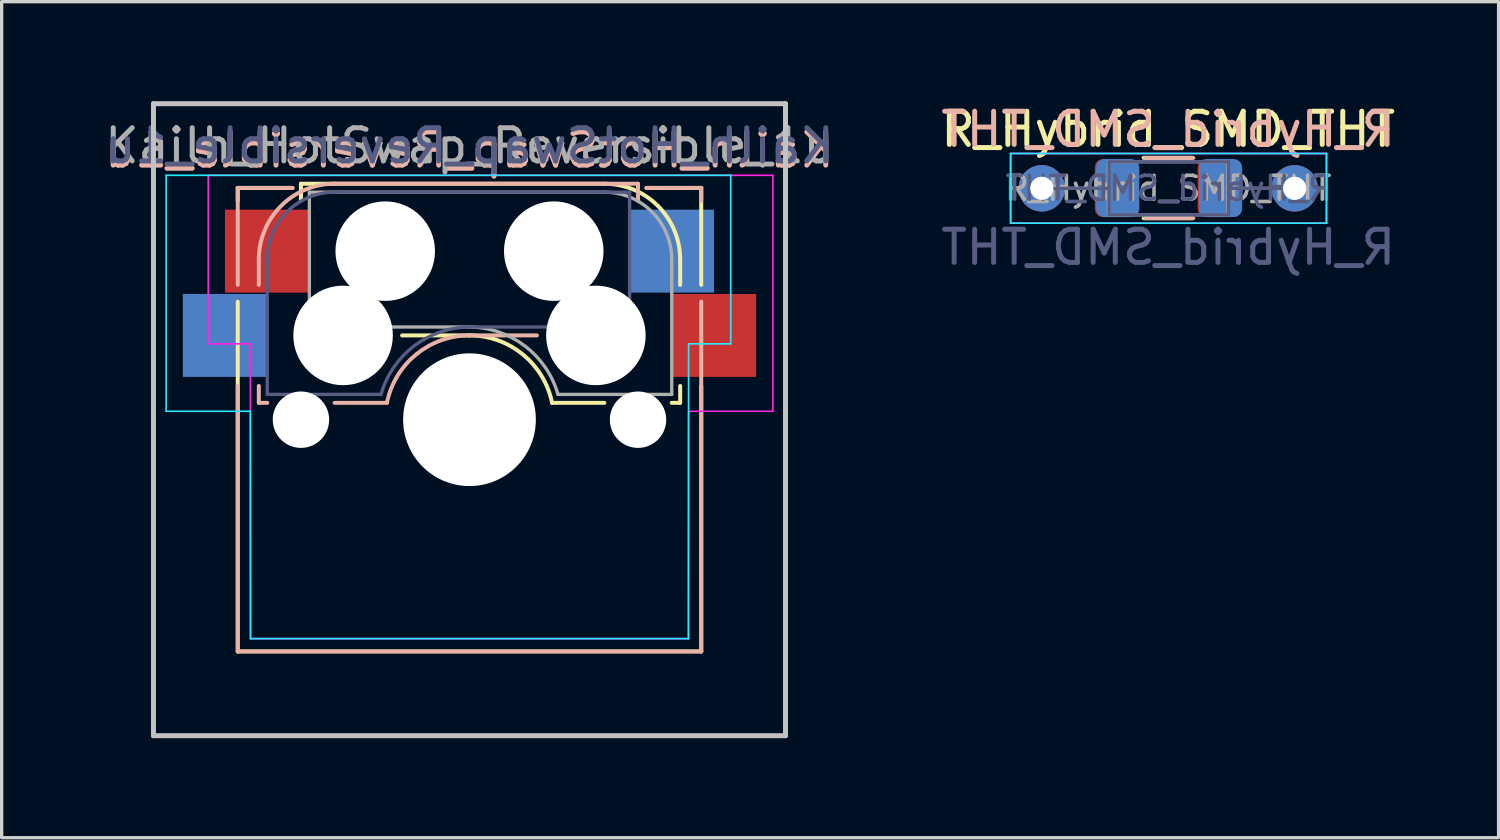
<source format=kicad_pcb>
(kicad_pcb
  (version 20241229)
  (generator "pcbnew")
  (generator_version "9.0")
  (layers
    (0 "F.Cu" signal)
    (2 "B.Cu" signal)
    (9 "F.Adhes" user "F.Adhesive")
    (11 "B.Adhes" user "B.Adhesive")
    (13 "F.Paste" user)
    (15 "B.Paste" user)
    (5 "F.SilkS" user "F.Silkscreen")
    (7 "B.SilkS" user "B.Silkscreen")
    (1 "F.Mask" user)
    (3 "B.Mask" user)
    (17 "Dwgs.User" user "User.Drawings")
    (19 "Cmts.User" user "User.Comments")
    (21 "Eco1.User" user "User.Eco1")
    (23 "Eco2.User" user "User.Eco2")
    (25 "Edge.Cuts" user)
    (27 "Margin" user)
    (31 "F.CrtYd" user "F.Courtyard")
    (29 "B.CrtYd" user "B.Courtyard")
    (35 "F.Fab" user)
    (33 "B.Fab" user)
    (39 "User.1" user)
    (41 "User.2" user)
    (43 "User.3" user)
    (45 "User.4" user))
  (footprint "Kailh_HotSwap_Reversible_1u"
    (layer "F.Cu")
    (at 11.101 9.6)
    (property "Reference" "Kailh_HotSwap_Reversible_1u" (at 0 -8.128 0) (unlocked yes) (layer "B.SilkS") (effects (font (size 1 1) (thickness 0.15)) (justify mirror)))
    (attr smd)
    (fp_line (start -6.985 -6.985) (end -6.985 -6.604) (stroke (width 0.12) (type solid)) (layer "F.SilkS"))
    (fp_line (start -6.985 -6.985) (end -5.334 -6.985) (stroke (width 0.12) (type solid)) (layer "F.SilkS"))
    (fp_line (start -6.985 6.985) (end -6.985 -3.556) (stroke (width 0.12) (type solid)) (layer "F.SilkS"))
    (fp_line (start -5.08 -7.112) (end 4.064 -7.112) (stroke (width 0.12) (type solid)) (layer "F.SilkS"))
    (fp_line (start -5.08 -6.604) (end -5.08 -7.112) (stroke (width 0.12) (type solid)) (layer "F.SilkS"))
    (fp_line (start 0 -2.54) (end -2.032 -2.54) (stroke (width 0.12) (type solid)) (layer "F.SilkS"))
    (fp_line (start 4.064 -0.508) (end 2.489 -0.508) (stroke (width 0.12) (type solid)) (layer "F.SilkS"))
    (fp_line (start 6.35 -4.826) (end 6.35 -4.064) (stroke (width 0.12) (type solid)) (layer "F.SilkS"))
    (fp_line (start 6.35 -1.016) (end 6.35 -0.508) (stroke (width 0.12) (type solid)) (layer "F.SilkS"))
    (fp_line (start 6.35 -0.508) (end 6.096 -0.508) (stroke (width 0.12) (type solid)) (layer "F.SilkS"))
    (fp_line (start 6.985 -6.985) (end 5.334 -6.985) (stroke (width 0.12) (type solid)) (layer "F.SilkS"))
    (fp_line (start 6.985 -6.985) (end 6.985 -4.064) (stroke (width 0.12) (type solid)) (layer "F.SilkS"))
    (fp_line (start 6.985 -1.016) (end 6.985 6.985) (stroke (width 0.12) (type solid)) (layer "F.SilkS"))
    (fp_line (start 6.985 6.985) (end -6.985 6.985) (stroke (width 0.12) (type solid)) (layer "F.SilkS"))
    (fp_arc (start 0 -2.540507) (mid 1.606798 -1.967836) (end 2.489199 -0.508) (stroke (width 0.12) (type solid)) (layer "F.SilkS"))
    (fp_arc (start 4.064 -7.112) (mid 5.680446 -6.442446) (end 6.35 -4.826) (stroke (width 0.12) (type solid)) (layer "F.SilkS"))
    (fp_line (start -6.985 -6.985) (end -6.985 -4.064) (stroke (width 0.12) (type solid)) (layer "B.SilkS"))
    (fp_line (start -6.985 -1.016) (end -6.985 6.985) (stroke (width 0.12) (type solid)) (layer "B.SilkS"))
    (fp_line (start -6.985 -6.985) (end -5.334 -6.985) (stroke (width 0.12) (type solid)) (layer "B.SilkS"))
    (fp_line (start -6.985 6.985) (end 6.985 6.985) (stroke (width 0.12) (type solid)) (layer "B.SilkS"))
    (fp_line (start -6.35 -4.826) (end -6.35 -4.064) (stroke (width 0.12) (type solid)) (layer "B.SilkS"))
    (fp_line (start -6.35 -1.016) (end -6.35 -0.508) (stroke (width 0.12) (type solid)) (layer "B.SilkS"))
    (fp_line (start -6.35 -0.508) (end -6.096 -0.508) (stroke (width 0.12) (type solid)) (layer "B.SilkS"))
    (fp_line (start -4.064 -0.508) (end -2.489 -0.508) (stroke (width 0.12) (type solid)) (layer "B.SilkS"))
    (fp_line (start 0.000001 -2.54) (end 2.032 -2.54) (stroke (width 0.12) (type solid)) (layer "B.SilkS"))
    (fp_line (start 5.08 -7.112) (end -4.064 -7.112) (stroke (width 0.12) (type solid)) (layer "B.SilkS"))
    (fp_line (start 5.08 -6.604) (end 5.08 -7.112) (stroke (width 0.12) (type solid)) (layer "B.SilkS"))
    (fp_line (start 6.985 -6.985) (end 6.985 -6.604) (stroke (width 0.12) (type solid)) (layer "B.SilkS"))
    (fp_line (start 6.985 6.985) (end 6.985 -3.556) (stroke (width 0.12) (type solid)) (layer "B.SilkS"))
    (fp_line (start 6.985 -6.985) (end 5.334 -6.985) (stroke (width 0.12) (type solid)) (layer "B.SilkS"))
    (fp_arc (start -6.349999 -4.825998) (mid -5.680446 -6.442445) (end -4.063999 -7.111998) (stroke (width 0.12) (type solid)) (layer "B.SilkS"))
    (fp_arc (start -2.489198 -0.507998) (mid -1.606797 -1.967834) (end 0.000001 -2.540505) (stroke (width 0.12) (type solid)) (layer "B.SilkS"))
    (fp_line (start -9.525 -9.525) (end 9.525 -9.525) (stroke (width 0.15) (type solid)) (layer "Dwgs.User"))
    (fp_line (start -9.525 9.525) (end -9.525 -9.525) (stroke (width 0.15) (type solid)) (layer "Dwgs.User"))
    (fp_line (start 9.525 -9.525) (end 9.525 9.525) (stroke (width 0.15) (type solid)) (layer "Dwgs.User"))
    (fp_line (start 9.525 9.525) (end -9.525 9.525) (stroke (width 0.15) (type solid)) (layer "Dwgs.User"))
    (fp_line (start -9.144 -7.366) (end 7.874 -7.366) (stroke (width 0.05) (type solid)) (layer "B.CrtYd"))
    (fp_line (start -9.144 -0.254) (end -9.144 -7.366) (stroke (width 0.05) (type solid)) (layer "B.CrtYd"))
    (fp_line (start -6.604 -0.254) (end -9.144 -0.254) (stroke (width 0.05) (type solid)) (layer "B.CrtYd"))
    (fp_line (start -6.604 -0.254) (end -6.6 6.6) (stroke (width 0.05) (type solid)) (layer "B.CrtYd"))
    (fp_line (start -6.6 6.6) (end 6.6 6.6) (stroke (width 0.05) (type solid)) (layer "B.CrtYd"))
    (fp_line (start 6.6 6.6) (end 6.604 -2.286) (stroke (width 0.05) (type solid)) (layer "B.CrtYd"))
    (fp_line (start 7.874 -7.366) (end 7.874 -2.286) (stroke (width 0.05) (type solid)) (layer "B.CrtYd"))
    (fp_line (start 7.874 -2.286) (end 6.604 -2.286) (stroke (width 0.05) (type solid)) (layer "B.CrtYd"))
    (fp_line (start -7.874 -7.366) (end -7.874 -2.286) (stroke (width 0.05) (type solid)) (layer "F.CrtYd"))
    (fp_line (start -7.874 -2.286) (end -6.604 -2.286) (stroke (width 0.05) (type solid)) (layer "F.CrtYd"))
    (fp_line (start -6.6 6.6) (end -6.604 -2.286) (stroke (width 0.05) (type solid)) (layer "F.CrtYd"))
    (fp_line (start 6.6 6.6) (end -6.6 6.6) (stroke (width 0.05) (type solid)) (layer "F.CrtYd"))
    (fp_line (start 6.604 -0.254) (end 6.6 6.6) (stroke (width 0.05) (type solid)) (layer "F.CrtYd"))
    (fp_line (start 6.604 -0.254) (end 9.144 -0.254) (stroke (width 0.05) (type solid)) (layer "F.CrtYd"))
    (fp_line (start 9.144 -7.366) (end -7.874 -7.366) (stroke (width 0.05) (type solid)) (layer "F.CrtYd"))
    (fp_line (start 9.144 -0.254) (end 9.144 -7.366) (stroke (width 0.05) (type solid)) (layer "F.CrtYd"))
    (fp_line (start -6.096 -0.762) (end -6.096 -4.826) (stroke (width 0.1) (type solid)) (layer "B.Fab"))
    (fp_line (start -6.096 -0.762) (end -2.667 -0.762) (stroke (width 0.1) (type solid)) (layer "B.Fab"))
    (fp_line (start 4.826 -6.858) (end -4.064 -6.858) (stroke (width 0.1) (type solid)) (layer "B.Fab"))
    (fp_line (start 4.826 -6.858) (end 4.826 -2.794) (stroke (width 0.1) (type solid)) (layer "B.Fab"))
    (fp_line (start 4.826 -2.794) (end 0.000001 -2.794) (stroke (width 0.1) (type solid)) (layer "B.Fab"))
    (fp_arc (start -6.095999 -4.825998) (mid -5.500841 -6.26284) (end -4.063999 -6.857998) (stroke (width 0.1) (type solid)) (layer "B.Fab"))
    (fp_arc (start -2.666998 -0.761998) (mid -1.670991 -2.220956) (end 0.000001 -2.793998) (stroke (width 0.1) (type solid)) (layer "B.Fab"))
    (fp_line (start -4.826 -6.858) (end -4.826 -2.794) (stroke (width 0.1) (type solid)) (layer "F.Fab"))
    (fp_line (start -4.826 -6.858) (end 4.064 -6.858) (stroke (width 0.1) (type solid)) (layer "F.Fab"))
    (fp_line (start -4.826 -2.794) (end 0 -2.794) (stroke (width 0.1) (type solid)) (layer "F.Fab"))
    (fp_line (start 6.096 -0.762) (end 2.667 -0.762) (stroke (width 0.1) (type solid)) (layer "F.Fab"))
    (fp_line (start 6.096 -0.762) (end 6.096 -4.826) (stroke (width 0.1) (type solid)) (layer "F.Fab"))
    (fp_arc (start 0 -2.794) (mid 1.670992 -2.220958) (end 2.666999 -0.762) (stroke (width 0.1) (type solid)) (layer "F.Fab"))
    (fp_arc (start 4.064 -6.858) (mid 5.500841 -6.262841) (end 6.096 -4.826) (stroke (width 0.1) (type solid)) (layer "F.Fab"))
    (fp_text user "${REFERENCE}" (at 0.000001 -8.255 0) (layer "B.Fab") (effects (font (size 1 1) (thickness 0.15)) (justify mirror)))
    (fp_text user "${REFERENCE}" (at 0 -8.255 0) (layer "F.Fab") (effects (font (size 1 1) (thickness 0.15))))
    (pad "" np_thru_hole circle (at -5.08 0) (size 1.7 1.7) (drill 1.7) (layers "*.Cu" "*.Mask"))
    (pad "" np_thru_hole circle (at -3.81 -2.54) (size 3 3) (drill 3) (layers "*.Cu" "*.Mask"))
    (pad "" np_thru_hole circle (at -2.54 -5.08) (size 3 3) (drill 3) (layers "*.Cu" "*.Mask"))
    (pad "" np_thru_hole circle (at 0 0) (size 4 4) (drill 4) (layers "*.Cu" "*.Mask"))
    (pad "" np_thru_hole circle (at 2.54 -5.08) (size 3 3) (drill 3) (layers "*.Cu" "*.Mask"))
    (pad "" np_thru_hole circle (at 3.81 -2.54) (size 3 3) (drill 3) (layers "*.Cu" "*.Mask"))
    (pad "" np_thru_hole circle (at 5.08 0) (size 1.7 1.7) (drill 1.7) (layers "*.Cu" "*.Mask"))
    (pad "1" smd rect (at -7.366 -2.54) (size 2.55 2.5) (layers "B.Cu" "B.Mask" "B.Paste"))
    (pad "1" smd rect (at -6.096 -5.08) (size 2.55 2.5) (layers "F.Cu" "F.Mask" "F.Paste"))
    (pad "2" smd rect (at 6.096 -5.08) (size 2.55 2.5) (layers "B.Cu" "B.Mask" "B.Paste"))
    (pad "2" smd rect (at 7.366 -2.54) (size 2.55 2.5) (layers "F.Cu" "F.Mask" "F.Paste")))
  (footprint "R_Hybrid_SMD_THT"
    (layer "F.Cu")
    (at 32.161 2.626)
    (property "Reference" "R_Hybrid_SMD_THT" (at 0 -1.778 0) (unlocked yes) (layer "F.SilkS") (effects (font (size 1 1) (thickness 0.15))))
    (property "Value" "R_Hybrid_SMD_THT" (at 0 1.778 0) (unlocked yes) (layer "F.Fab") (hide yes) (effects (font (size 1 1) (thickness 0.15))))
    (attr smd)
    (fp_line (start -0.739 -0.918) (end 0.715 -0.918) (stroke (width 0.12) (type solid)) (layer "F.SilkS"))
    (fp_line (start -0.739 0.902) (end 0.715 0.902) (stroke (width 0.12) (type solid)) (layer "F.SilkS"))
    (fp_line (start 0.756 -0.918) (end -0.698 -0.918) (stroke (width 0.12) (type solid)) (layer "B.SilkS"))
    (fp_line (start 0.756 0.902) (end -0.698 0.902) (stroke (width 0.12) (type solid)) (layer "B.SilkS"))
    (fp_line (start -4.743 -1.05) (end 4.777 -1.05) (stroke (width 0.05) (type solid)) (layer "B.CrtYd"))
    (fp_line (start -4.743 1.05) (end -4.743 -1.05) (stroke (width 0.05) (type solid)) (layer "B.CrtYd"))
    (fp_line (start 4.777 -1.05) (end 4.777 1.05) (stroke (width 0.05) (type solid)) (layer "B.CrtYd"))
    (fp_line (start 4.777 1.05) (end -4.743 1.05) (stroke (width 0.05) (type solid)) (layer "B.CrtYd"))
    (fp_line (start -4.76 -1.05) (end -4.76 1.05) (stroke (width 0.05) (type solid)) (layer "F.CrtYd"))
    (fp_line (start -4.76 1.05) (end 4.76 1.05) (stroke (width 0.05) (type solid)) (layer "F.CrtYd"))
    (fp_line (start 4.76 -1.05) (end -4.76 -1.05) (stroke (width 0.05) (type solid)) (layer "F.CrtYd"))
    (fp_line (start 4.76 1.05) (end 4.76 -1.05) (stroke (width 0.05) (type solid)) (layer "F.CrtYd"))
    (fp_line (start -3.793 0) (end -1.783 0) (stroke (width 0.1) (type solid)) (layer "B.Fab"))
    (fp_line (start -1.783 -0.8) (end 1.817 -0.8) (stroke (width 0.1) (type solid)) (layer "B.Fab"))
    (fp_line (start -1.783 0.8) (end -1.783 -0.8) (stroke (width 0.1) (type solid)) (layer "B.Fab"))
    (fp_line (start 1.817 -0.8) (end 1.817 0.8) (stroke (width 0.1) (type solid)) (layer "B.Fab"))
    (fp_line (start 1.817 0.8) (end -1.783 0.8) (stroke (width 0.1) (type solid)) (layer "B.Fab"))
    (fp_line (start 3.827 0) (end 1.817 0) (stroke (width 0.1) (type solid)) (layer "B.Fab"))
    (fp_line (start -3.81 0) (end -1.8 0) (stroke (width 0.1) (type solid)) (layer "F.Fab"))
    (fp_line (start -1.8 -0.8) (end -1.8 0.8) (stroke (width 0.1) (type solid)) (layer "F.Fab"))
    (fp_line (start -1.8 0.8) (end 1.8 0.8) (stroke (width 0.1) (type solid)) (layer "F.Fab"))
    (fp_line (start 1.8 -0.8) (end -1.8 -0.8) (stroke (width 0.1) (type solid)) (layer "F.Fab"))
    (fp_line (start 1.8 0.8) (end 1.8 -0.8) (stroke (width 0.1) (type solid)) (layer "F.Fab"))
    (fp_line (start 3.81 0) (end 1.8 0) (stroke (width 0.1) (type solid)) (layer "F.Fab"))
    (fp_text user "${REFERENCE}" (at 0 -1.778 0) (unlocked yes) (layer "B.SilkS") (effects (font (size 1 1) (thickness 0.15)) (justify mirror)))
    (fp_text user "${VALUE}" (at 0 1.778 0) (unlocked yes) (layer "B.Fab") (effects (font (size 1 1) (thickness 0.15)) (justify mirror)))
    (fp_text user "${REFERENCE}" (at 0.017 0 0) (layer "B.Fab") (effects (font (size 0.72 0.72) (thickness 0.108)) (justify mirror)))
    (fp_text user "${REFERENCE}" (at 0 0 0) (layer "F.Fab") (effects (font (size 0.72 0.72) (thickness 0.108))))
    (pad "1" thru_hole circle (at -3.81 0) (size 1.4 1.4) (drill 0.7) (layers "*.Cu" "*.Mask"))
    (pad "1" smd roundrect (at -1.562 -0.008) (size 1.3 1.75) (layers "F.Cu" "F.Mask" "F.Paste") (roundrect_rratio 0.192))
    (pad "1" smd roundrect (at 1.579 -0.008) (size 1.3 1.75) (layers "B.Cu" "B.Mask" "B.Paste") (roundrect_rratio 0.192))
    (pad "2" smd roundrect (at -1.521 -0.008) (size 1.3 1.75) (layers "B.Cu" "B.Mask" "B.Paste") (roundrect_rratio 0.192))
    (pad "2" smd roundrect (at 1.538 -0.008) (size 1.3 1.75) (layers "F.Cu" "F.Mask" "F.Paste") (roundrect_rratio 0.192))
    (pad "2" thru_hole oval (at 3.81 0) (size 1.4 1.4) (drill 0.7) (layers "*.Cu" "*.Mask")))
  (gr_rect
    (start -3 -3)
    (end 42.119 22.2)
    (stroke (width 0.1) (type default))
    (fill no)
    (layer "Edge.Cuts")))
</source>
